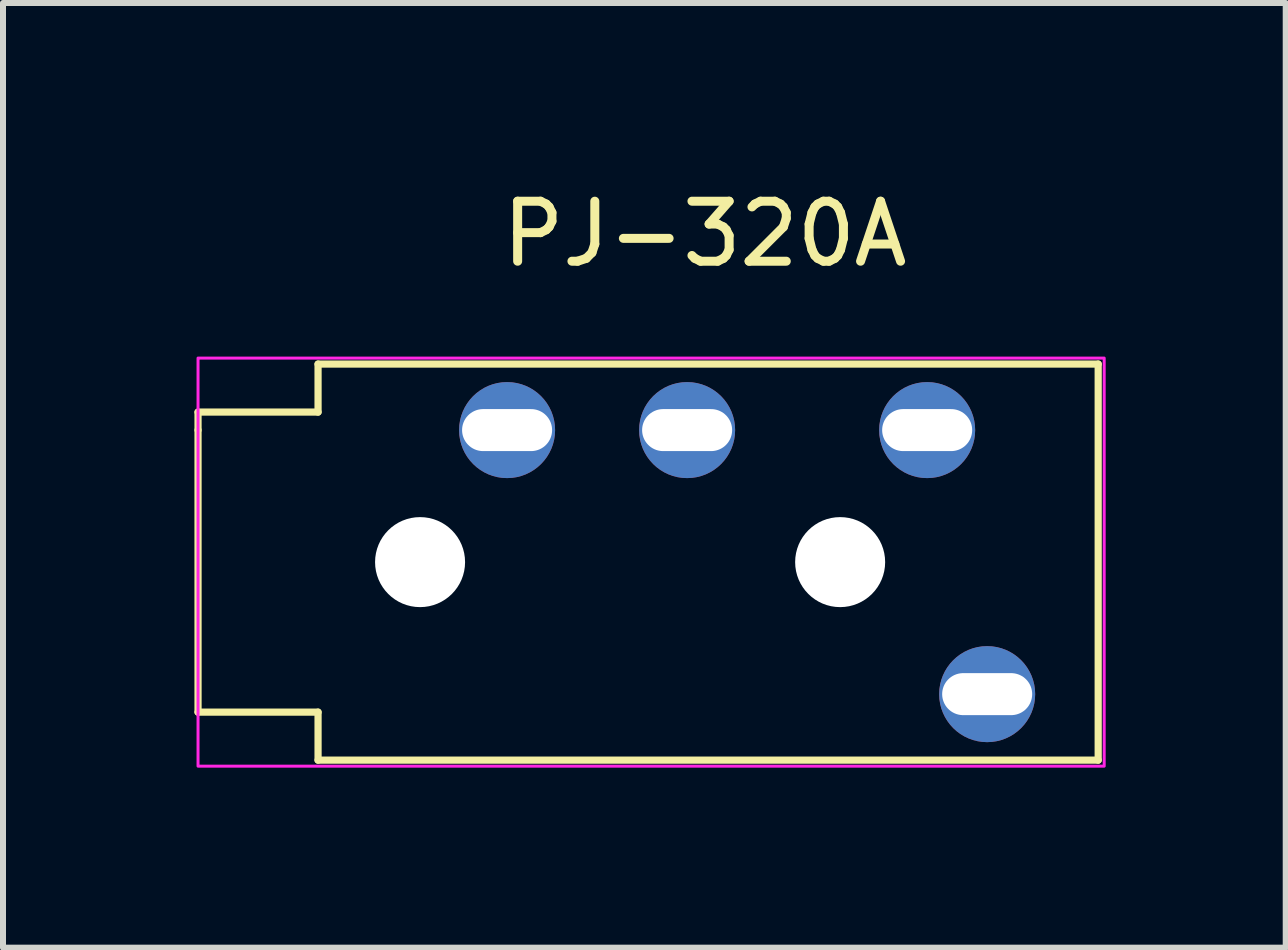
<source format=kicad_pcb>
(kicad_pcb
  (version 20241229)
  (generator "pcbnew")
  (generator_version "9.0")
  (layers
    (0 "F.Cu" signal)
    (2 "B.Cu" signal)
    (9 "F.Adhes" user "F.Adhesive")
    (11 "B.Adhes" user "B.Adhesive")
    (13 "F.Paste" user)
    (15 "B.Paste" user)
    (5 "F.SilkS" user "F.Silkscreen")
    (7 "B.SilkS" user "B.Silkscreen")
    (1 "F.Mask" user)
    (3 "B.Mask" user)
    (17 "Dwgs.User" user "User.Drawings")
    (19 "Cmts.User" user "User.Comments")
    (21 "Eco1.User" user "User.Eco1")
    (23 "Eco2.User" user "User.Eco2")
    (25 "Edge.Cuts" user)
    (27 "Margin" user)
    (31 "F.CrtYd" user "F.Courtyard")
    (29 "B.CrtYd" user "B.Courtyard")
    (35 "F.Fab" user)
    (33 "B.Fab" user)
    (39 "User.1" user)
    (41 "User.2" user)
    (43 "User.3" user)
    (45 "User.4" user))
  (footprint "PJ-320A"
    (layer "F.Cu")
    (at 0.25 4.117)
    (property "Reference" "PJ-320A" (at 8.445 -3.269 0) (layer "F.SilkS") (effects (font (size 1 1) (thickness 0.15))))
    (attr through_hole)
    (fp_line (start 0 -0.3) (end 2 -0.3) (stroke (width 0.12) (type solid)) (layer "F.SilkS"))
    (fp_line (start 0 0) (end 0 -0.3) (stroke (width 0.12) (type solid)) (layer "F.SilkS"))
    (fp_line (start 0 0) (end 0 4.7) (stroke (width 0.12) (type solid)) (layer "F.SilkS"))
    (fp_line (start 0 4.7) (end 2 4.7) (stroke (width 0.12) (type solid)) (layer "F.SilkS"))
    (fp_line (start 2 -1.1) (end 15 -1.1) (stroke (width 0.12) (type solid)) (layer "F.SilkS"))
    (fp_line (start 2 -0.3) (end 2 -1.1) (stroke (width 0.12) (type solid)) (layer "F.SilkS"))
    (fp_line (start 2 4.7) (end 2 5.5) (stroke (width 0.12) (type solid)) (layer "F.SilkS"))
    (fp_line (start 2 5.5) (end 15 5.5) (stroke (width 0.12) (type solid)) (layer "F.SilkS"))
    (fp_line (start 15 -1.1) (end 15 5.5) (stroke (width 0.12) (type solid)) (layer "F.SilkS"))
    (fp_rect (start 0 -1.2) (end 15.1 5.6) (stroke (width 0.05) (type solid)) (fill no) (layer "F.CrtYd"))
    (pad "" np_thru_hole circle (at 3.7 2.2) (size 1.5 1.5) (drill 1.5) (layers "*.Cu"))
    (pad "" np_thru_hole circle (at 10.7 2.2) (size 1.5 1.5) (drill 1.5) (layers "*.Cu"))
    (pad "1" thru_hole circle (at 13.15 4.4) (size 1.6 1.6) (drill oval 1.5 0.7) (layers "*.Cu" "*.Mask"))
    (pad "2" thru_hole circle (at 12.15 0) (size 1.6 1.6) (drill oval 1.5 0.7) (layers "*.Cu" "*.Mask"))
    (pad "3" thru_hole circle (at 8.15 0) (size 1.6 1.6) (drill oval 1.5 0.7) (layers "*.Cu" "*.Mask"))
    (pad "4" thru_hole circle (at 5.15 0) (size 1.6 1.6) (drill oval 1.5 0.7) (layers "*.Cu" "*.Mask")))
  (gr_rect
    (start -3 -3)
    (end 18.375 12.742)
    (stroke (width 0.1) (type default))
    (fill no)
    (layer "Edge.Cuts")))
</source>
